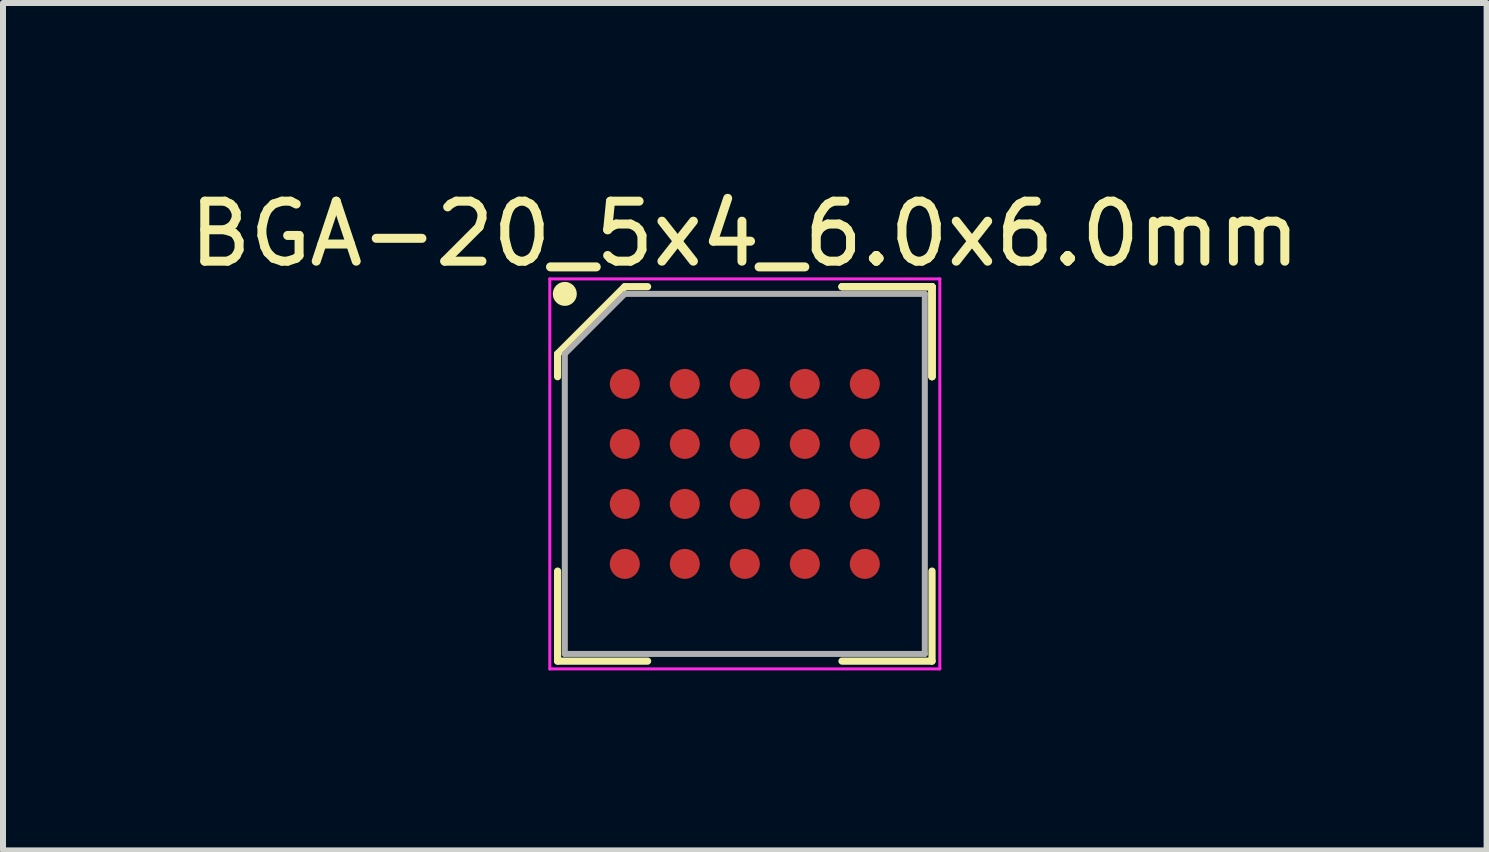
<source format=kicad_pcb>
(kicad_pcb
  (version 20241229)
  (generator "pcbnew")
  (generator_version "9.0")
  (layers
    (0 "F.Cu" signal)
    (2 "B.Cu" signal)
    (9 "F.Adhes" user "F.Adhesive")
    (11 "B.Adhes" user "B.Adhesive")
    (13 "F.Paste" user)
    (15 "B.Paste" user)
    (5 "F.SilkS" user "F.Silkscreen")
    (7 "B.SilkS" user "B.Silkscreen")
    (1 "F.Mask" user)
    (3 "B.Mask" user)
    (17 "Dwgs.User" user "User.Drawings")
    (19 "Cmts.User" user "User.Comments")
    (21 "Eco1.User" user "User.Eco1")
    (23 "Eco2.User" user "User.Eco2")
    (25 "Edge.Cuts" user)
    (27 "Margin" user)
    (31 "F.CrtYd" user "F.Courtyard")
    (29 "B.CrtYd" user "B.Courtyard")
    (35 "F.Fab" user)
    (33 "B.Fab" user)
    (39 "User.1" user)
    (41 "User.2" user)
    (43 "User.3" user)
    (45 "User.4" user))
  (footprint "BGA-20_5x4_6.0x6.0mm"
    (layer "F.Cu")
    (at 9.363 4.848)
    (property "Reference" "BGA-20_5x4_6.0x6.0mm" (at 0 -4 0) (layer "F.SilkS") (effects (font (size 1 1) (thickness 0.15))))
    (attr smd)
    (fp_line (start -3.12 -2) (end -3.12 -1.62) (stroke (width 0.12) (type solid)) (layer "F.SilkS"))
    (fp_line (start -3.12 3.12) (end -3.12 1.62) (stroke (width 0.12) (type solid)) (layer "F.SilkS"))
    (fp_line (start -2 -3.12) (end -3.12 -2) (stroke (width 0.12) (type solid)) (layer "F.SilkS"))
    (fp_line (start -1.62 -3.12) (end -2 -3.12) (stroke (width 0.12) (type solid)) (layer "F.SilkS"))
    (fp_line (start -1.62 3.12) (end -3.12 3.12) (stroke (width 0.12) (type solid)) (layer "F.SilkS"))
    (fp_line (start 1.62 -3.12) (end 3.12 -3.12) (stroke (width 0.12) (type solid)) (layer "F.SilkS"))
    (fp_line (start 1.62 -3.12) (end 3.12 -3.12) (stroke (width 0.12) (type solid)) (layer "F.SilkS"))
    (fp_line (start 1.62 -3.12) (end 3.12 -3.12) (stroke (width 0.12) (type solid)) (layer "F.SilkS"))
    (fp_line (start 1.62 3.12) (end 3.12 3.12) (stroke (width 0.12) (type solid)) (layer "F.SilkS"))
    (fp_line (start 3.12 -3.12) (end 3.12 -1.62) (stroke (width 0.12) (type solid)) (layer "F.SilkS"))
    (fp_line (start 3.12 -3.12) (end 3.12 -1.62) (stroke (width 0.12) (type solid)) (layer "F.SilkS"))
    (fp_line (start 3.12 -3.12) (end 3.12 -1.62) (stroke (width 0.12) (type solid)) (layer "F.SilkS"))
    (fp_line (start 3.12 3.12) (end 3.12 1.62) (stroke (width 0.12) (type solid)) (layer "F.SilkS"))
    (fp_circle (center -3 -3) (end -3 -2.9) (stroke (width 0.2) (type solid)) (fill no) (layer "F.SilkS"))
    (fp_line (start -3.25 -3.25) (end 3.25 -3.25) (stroke (width 0.05) (type solid)) (layer "F.CrtYd"))
    (fp_line (start -3.25 3.25) (end -3.25 -3.25) (stroke (width 0.05) (type solid)) (layer "F.CrtYd"))
    (fp_line (start 3.25 -3.25) (end 3.25 3.25) (stroke (width 0.05) (type solid)) (layer "F.CrtYd"))
    (fp_line (start 3.25 3.25) (end -3.25 3.25) (stroke (width 0.05) (type solid)) (layer "F.CrtYd"))
    (fp_line (start -3 -2) (end -3 3) (stroke (width 0.1) (type solid)) (layer "F.Fab"))
    (fp_line (start -3 3) (end 3 3) (stroke (width 0.1) (type solid)) (layer "F.Fab"))
    (fp_line (start -2 -3) (end -3 -2) (stroke (width 0.1) (type solid)) (layer "F.Fab"))
    (fp_line (start 3 -3) (end -2 -3) (stroke (width 0.1) (type solid)) (layer "F.Fab"))
    (fp_line (start 3 3) (end 3 -3) (stroke (width 0.1) (type solid)) (layer "F.Fab"))
    (pad "A1" smd circle (at -2 -1.5) (size 0.5 0.5) (layers "F.Cu" "F.Mask" "F.Paste"))
    (pad "A2" smd circle (at -1 -1.5) (size 0.5 0.5) (layers "F.Cu" "F.Mask" "F.Paste"))
    (pad "A3" smd circle (at 0 -1.5) (size 0.5 0.5) (layers "F.Cu" "F.Mask" "F.Paste"))
    (pad "A4" smd circle (at 1 -1.5) (size 0.5 0.5) (layers "F.Cu" "F.Mask" "F.Paste"))
    (pad "A5" smd circle (at 2 -1.5) (size 0.5 0.5) (layers "F.Cu" "F.Mask" "F.Paste"))
    (pad "B1" smd circle (at -2 -0.5) (size 0.5 0.5) (layers "F.Cu" "F.Mask" "F.Paste"))
    (pad "B2" smd circle (at -1 -0.5) (size 0.5 0.5) (layers "F.Cu" "F.Mask" "F.Paste"))
    (pad "B3" smd circle (at 0 -0.5) (size 0.5 0.5) (layers "F.Cu" "F.Mask" "F.Paste"))
    (pad "B4" smd circle (at 1 -0.5) (size 0.5 0.5) (layers "F.Cu" "F.Mask" "F.Paste"))
    (pad "B5" smd circle (at 2 -0.5) (size 0.5 0.5) (layers "F.Cu" "F.Mask" "F.Paste"))
    (pad "C1" smd circle (at -2 0.5) (size 0.5 0.5) (layers "F.Cu" "F.Mask" "F.Paste"))
    (pad "C2" smd circle (at -1 0.5) (size 0.5 0.5) (layers "F.Cu" "F.Mask" "F.Paste"))
    (pad "C3" smd circle (at 0 0.5) (size 0.5 0.5) (layers "F.Cu" "F.Mask" "F.Paste"))
    (pad "C4" smd circle (at 1 0.5) (size 0.5 0.5) (layers "F.Cu" "F.Mask" "F.Paste"))
    (pad "C5" smd circle (at 2 0.5) (size 0.5 0.5) (layers "F.Cu" "F.Mask" "F.Paste"))
    (pad "D1" smd circle (at -2 1.5) (size 0.5 0.5) (layers "F.Cu" "F.Mask" "F.Paste"))
    (pad "D2" smd circle (at -1 1.5) (size 0.5 0.5) (layers "F.Cu" "F.Mask" "F.Paste"))
    (pad "D3" smd circle (at 0 1.5) (size 0.5 0.5) (layers "F.Cu" "F.Mask" "F.Paste"))
    (pad "D4" smd circle (at 1 1.5) (size 0.5 0.5) (layers "F.Cu" "F.Mask" "F.Paste"))
    (pad "D5" smd circle (at 2 1.5) (size 0.5 0.5) (layers "F.Cu" "F.Mask" "F.Paste")))
  (gr_rect
    (start -3 -3)
    (end 21.726 11.123)
    (stroke (width 0.1) (type default))
    (fill no)
    (layer "Edge.Cuts")))
</source>
